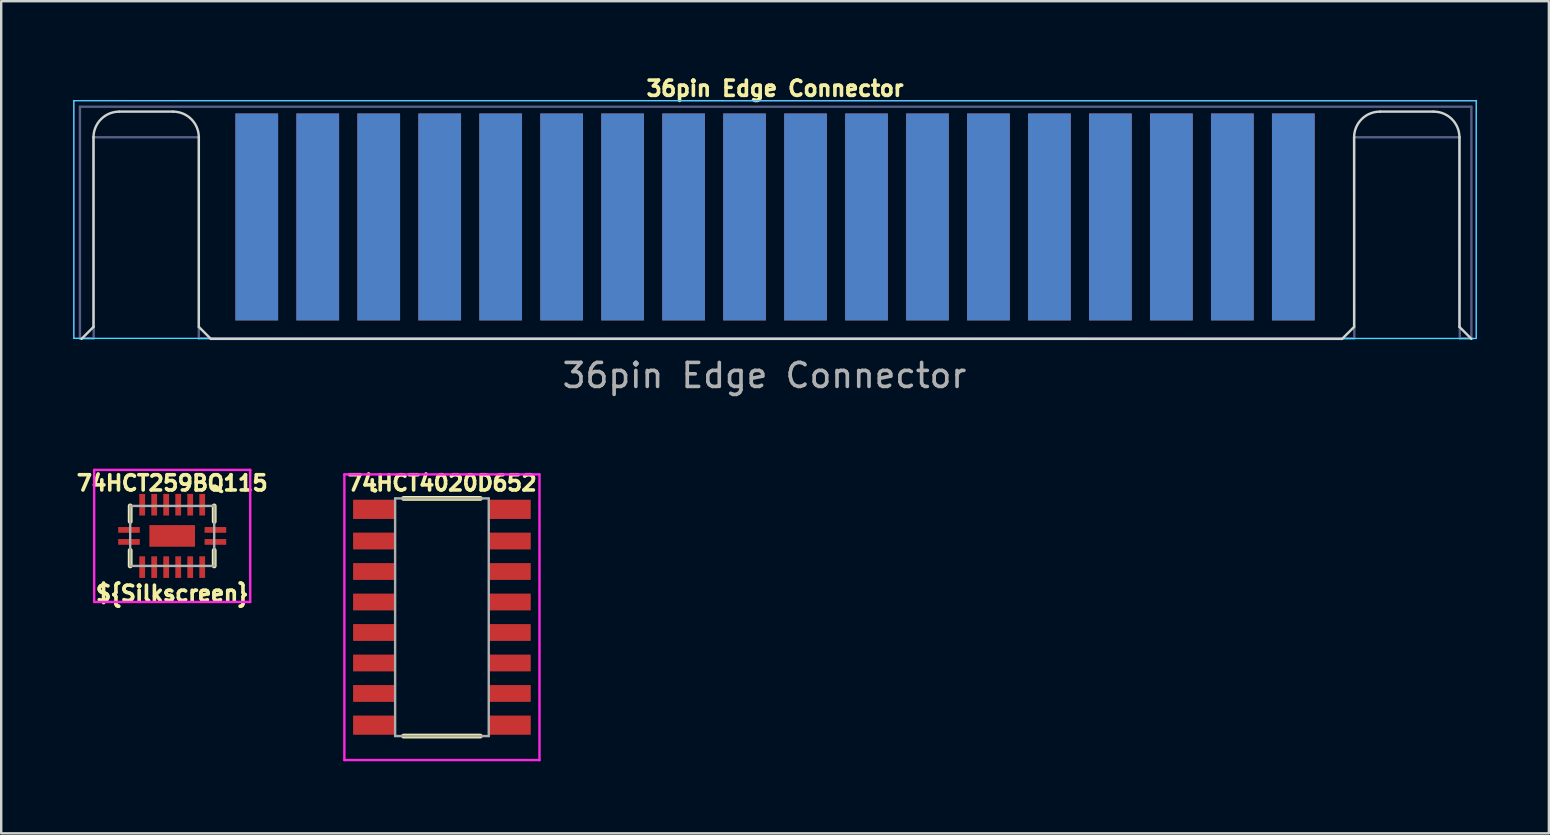
<source format=kicad_pcb>
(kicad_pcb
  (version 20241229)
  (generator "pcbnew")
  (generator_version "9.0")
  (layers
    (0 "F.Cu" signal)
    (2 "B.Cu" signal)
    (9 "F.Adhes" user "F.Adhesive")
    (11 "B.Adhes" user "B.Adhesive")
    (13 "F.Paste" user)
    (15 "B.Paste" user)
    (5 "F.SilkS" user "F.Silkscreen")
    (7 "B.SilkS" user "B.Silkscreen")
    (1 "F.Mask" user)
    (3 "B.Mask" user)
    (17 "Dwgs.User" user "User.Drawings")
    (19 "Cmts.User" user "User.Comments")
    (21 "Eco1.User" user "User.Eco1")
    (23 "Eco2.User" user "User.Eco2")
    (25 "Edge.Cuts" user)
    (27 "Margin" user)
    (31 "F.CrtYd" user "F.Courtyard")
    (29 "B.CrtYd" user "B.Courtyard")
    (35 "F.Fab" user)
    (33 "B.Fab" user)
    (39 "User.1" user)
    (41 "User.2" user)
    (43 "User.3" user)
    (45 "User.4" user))
  (footprint "74HCT259BQ115"
    (layer "F.Cu")
    (at 4.123 19.274)
    (property "Reference" "74HCT259BQ115" (at 0 -2.2 0) (layer "F.SilkS") (effects (font (size 0.635 0.635) (thickness 0.15))))
    (property "Silkscreen" "${Silkscreen}" (at 0 2.4 0) (layer "F.SilkS") (effects (font (size 0.635 0.635) (thickness 0.15))))
    (attr smd)
    (fp_line (start -1.75 -1.25) (end -1.75 -0.6) (stroke (width 0.2) (type solid)) (layer "F.SilkS"))
    (fp_line (start -1.75 0.6) (end -1.75 1.25) (stroke (width 0.2) (type solid)) (layer "F.SilkS"))
    (fp_line (start 1.75 -1.25) (end 1.75 -0.6) (stroke (width 0.2) (type solid)) (layer "F.SilkS"))
    (fp_line (start 1.75 0.6) (end 1.75 1.25) (stroke (width 0.2) (type solid)) (layer "F.SilkS"))
    (fp_line (start -3.25 -2.75) (end 3.25 -2.75) (stroke (width 0.1) (type solid)) (layer "F.CrtYd"))
    (fp_line (start -3.25 2.75) (end -3.25 -2.75) (stroke (width 0.1) (type solid)) (layer "F.CrtYd"))
    (fp_line (start 3.25 -2.75) (end 3.25 2.75) (stroke (width 0.1) (type solid)) (layer "F.CrtYd"))
    (fp_line (start 3.25 2.75) (end -3.25 2.75) (stroke (width 0.1) (type solid)) (layer "F.CrtYd"))
    (fp_line (start -1.75 -1.25) (end 1.75 -1.25) (stroke (width 0.1) (type solid)) (layer "F.Fab"))
    (fp_line (start -1.75 1.25) (end -1.75 -1.25) (stroke (width 0.1) (type solid)) (layer "F.Fab"))
    (fp_line (start 1.75 -1.25) (end 1.75 1.25) (stroke (width 0.1) (type solid)) (layer "F.Fab"))
    (fp_line (start 1.75 1.25) (end -1.75 1.25) (stroke (width 0.1) (type solid)) (layer "F.Fab"))
    (pad "1" smd rect (at -1.8 0.25 90) (size 0.24 0.9) (layers "F.Cu" "F.Mask" "F.Paste"))
    (pad "2" smd rect (at -1.25 1.3) (size 0.24 0.9) (layers "F.Cu" "F.Mask" "F.Paste"))
    (pad "3" smd rect (at -0.75 1.3) (size 0.24 0.9) (layers "F.Cu" "F.Mask" "F.Paste"))
    (pad "4" smd rect (at -0.25 1.3) (size 0.24 0.9) (layers "F.Cu" "F.Mask" "F.Paste"))
    (pad "5" smd rect (at 0.25 1.3) (size 0.24 0.9) (layers "F.Cu" "F.Mask" "F.Paste"))
    (pad "6" smd rect (at 0.75 1.3) (size 0.24 0.9) (layers "F.Cu" "F.Mask" "F.Paste"))
    (pad "7" smd rect (at 1.25 1.3) (size 0.24 0.9) (layers "F.Cu" "F.Mask" "F.Paste"))
    (pad "8" smd rect (at 1.8 0.25 90) (size 0.24 0.9) (layers "F.Cu" "F.Mask" "F.Paste"))
    (pad "9" smd rect (at 1.8 -0.25 90) (size 0.24 0.9) (layers "F.Cu" "F.Mask" "F.Paste"))
    (pad "10" smd rect (at 1.25 -1.3) (size 0.24 0.9) (layers "F.Cu" "F.Mask" "F.Paste"))
    (pad "11" smd rect (at 0.75 -1.3) (size 0.24 0.9) (layers "F.Cu" "F.Mask" "F.Paste"))
    (pad "12" smd rect (at 0.25 -1.3) (size 0.24 0.9) (layers "F.Cu" "F.Mask" "F.Paste"))
    (pad "13" smd rect (at -0.25 -1.3) (size 0.24 0.9) (layers "F.Cu" "F.Mask" "F.Paste"))
    (pad "14" smd rect (at -0.75 -1.3) (size 0.24 0.9) (layers "F.Cu" "F.Mask" "F.Paste"))
    (pad "15" smd rect (at -1.25 -1.3) (size 0.24 0.9) (layers "F.Cu" "F.Mask" "F.Paste"))
    (pad "16" smd rect (at -1.8 -0.25 90) (size 0.24 0.9) (layers "F.Cu" "F.Mask" "F.Paste"))
    (pad "17" smd rect (at 0 0 90) (size 0.9 1.9) (layers "F.Cu" "F.Mask" "F.Paste")))
  (footprint "36pin Edge Connector"
    (layer "F.Cu")
    (at 0.345 11.067)
    (property "Reference" "36pin Edge Connector" (at 28.89 -10.432 0) (layer "F.SilkS") (effects (font (size 0.635 0.635) (thickness 0.15))))
    (attr exclude_from_pos_files exclude_from_bom)
    (fp_line (start 0.5 -8.4) (end 0.5 -0.5) (stroke (width 0.1) (type solid)) (layer "Edge.Cuts"))
    (fp_line (start 0.5 -0.5) (end 0 0) (stroke (width 0.1) (type solid)) (layer "Edge.Cuts"))
    (fp_line (start 1.577 -9.467) (end 3.81 -9.467) (stroke (width 0.1) (type solid)) (layer "Edge.Cuts"))
    (fp_line (start 4.887 -8.4) (end 4.887 -0.5) (stroke (width 0.1) (type solid)) (layer "Edge.Cuts"))
    (fp_line (start 4.887 -0.5) (end 5.387 0) (stroke (width 0.1) (type solid)) (layer "Edge.Cuts"))
    (fp_line (start 52.512 0) (end 5.387 0) (stroke (width 0.1) (type solid)) (layer "Edge.Cuts"))
    (fp_line (start 53.012 -8.4) (end 53.012 -0.5) (stroke (width 0.1) (type solid)) (layer "Edge.Cuts"))
    (fp_line (start 53.012 -0.5) (end 52.512 0) (stroke (width 0.1) (type solid)) (layer "Edge.Cuts"))
    (fp_line (start 54.089 -9.467) (end 56.322 -9.467) (stroke (width 0.1) (type solid)) (layer "Edge.Cuts"))
    (fp_line (start 57.399 -8.4) (end 57.399 -0.5) (stroke (width 0.1) (type solid)) (layer "Edge.Cuts"))
    (fp_line (start 57.399 -0.5) (end 57.899 0) (stroke (width 0.1) (type solid)) (layer "Edge.Cuts"))
    (fp_arc (start 0.5 -8.4) (mid 0.817585 -9.156461) (end 1.577048 -9.466799) (stroke (width 0.1) (type solid)) (layer "Edge.Cuts"))
    (fp_arc (start 3.81 -9.466799) (mid 4.569467 -9.156465) (end 4.887048 -8.4) (stroke (width 0.1) (type solid)) (layer "Edge.Cuts"))
    (fp_arc (start 53.012048 -8.4) (mid 53.329631 -9.156464) (end 54.089096 -9.466799) (stroke (width 0.1) (type solid)) (layer "Edge.Cuts"))
    (fp_arc (start 56.322048 -9.466799) (mid 57.081513 -9.156464) (end 57.399096 -8.4) (stroke (width 0.1) (type solid)) (layer "Edge.Cuts"))
    (fp_line (start -0.32 -0.022) (end -0.32 -9.924) (stroke (width 0.05) (type solid)) (layer "B.CrtYd"))
    (fp_line (start -0.32 -0.022) (end 58.1 -0.018) (stroke (width 0.05) (type solid)) (layer "B.CrtYd"))
    (fp_line (start 58.1 -9.92) (end -0.32 -9.924) (stroke (width 0.05) (type solid)) (layer "B.CrtYd"))
    (fp_line (start 58.1 -9.92) (end 58.1 -0.018) (stroke (width 0.05) (type solid)) (layer "B.CrtYd"))
    (fp_line (start -0.32 -0.022) (end -0.32 -9.924) (stroke (width 0.05) (type solid)) (layer "F.CrtYd"))
    (fp_line (start -0.32 -0.022) (end 58.1 -0.018) (stroke (width 0.05) (type solid)) (layer "F.CrtYd"))
    (fp_line (start 58.1 -9.92) (end -0.32 -9.924) (stroke (width 0.05) (type solid)) (layer "F.CrtYd"))
    (fp_line (start 58.1 -9.92) (end 58.1 -0.018) (stroke (width 0.05) (type solid)) (layer "F.CrtYd"))
    (fp_line (start -0.066 -0.018) (end -0.066 -9.67) (stroke (width 0.1) (type solid)) (layer "B.Fab"))
    (fp_line (start -0.066 -0.018) (end 0.508 -0.018) (stroke (width 0.1) (type solid)) (layer "B.Fab"))
    (fp_line (start 0.5 -8.4) (end 4.895 -8.4) (stroke (width 0.1) (type solid)) (layer "B.Fab"))
    (fp_line (start 0.508 -0.018) (end 0.5 -8.4) (stroke (width 0.1) (type solid)) (layer "B.Fab"))
    (fp_line (start 4.887 -8.4) (end 4.887 -0.018) (stroke (width 0.1) (type solid)) (layer "B.Fab"))
    (fp_line (start 4.887 -0.018) (end 53.02 -0.018) (stroke (width 0.1) (type solid)) (layer "B.Fab"))
    (fp_line (start 53.012 -8.4) (end 57.407 -8.4) (stroke (width 0.1) (type solid)) (layer "B.Fab"))
    (fp_line (start 53.02 -0.018) (end 53.012 -8.4) (stroke (width 0.1) (type solid)) (layer "B.Fab"))
    (fp_line (start 57.415 -0.018) (end 57.407 -8.4) (stroke (width 0.1) (type solid)) (layer "B.Fab"))
    (fp_line (start 57.415 -0.018) (end 57.897 -0.018) (stroke (width 0.1) (type solid)) (layer "B.Fab"))
    (fp_line (start 57.897 -9.67) (end -0.066 -9.67) (stroke (width 0.1) (type solid)) (layer "B.Fab"))
    (fp_line (start 57.897 -0.018) (end 57.897 -9.67) (stroke (width 0.1) (type solid)) (layer "B.Fab"))
    (fp_text user "${REFERENCE}" (at 28.448 1.524 0) (layer "F.Fab") (effects (font (size 1 1) (thickness 0.15))))
    (pad "1" connect rect (at 7.3 -5.08) (size 1.78 8.62) (layers "F.Cu" "F.Mask"))
    (pad "2" connect rect (at 7.3 -5.08) (size 1.78 8.62) (layers "B.Cu" "B.Mask"))
    (pad "3" connect rect (at 9.84 -5.08) (size 1.78 8.62) (layers "F.Cu" "F.Mask"))
    (pad "4" connect rect (at 9.84 -5.08) (size 1.78 8.62) (layers "B.Cu" "B.Mask"))
    (pad "5" connect rect (at 12.38 -5.08) (size 1.78 8.62) (layers "F.Cu" "F.Mask"))
    (pad "6" connect rect (at 12.38 -5.08) (size 1.78 8.62) (layers "B.Cu" "B.Mask"))
    (pad "7" connect rect (at 14.92 -5.08) (size 1.78 8.62) (layers "F.Cu" "F.Mask"))
    (pad "8" connect rect (at 14.92 -5.08) (size 1.78 8.62) (layers "B.Cu" "B.Mask"))
    (pad "9" connect rect (at 17.46 -5.08) (size 1.78 8.62) (layers "F.Cu" "F.Mask"))
    (pad "10" connect rect (at 17.46 -5.08) (size 1.78 8.62) (layers "B.Cu" "B.Mask"))
    (pad "11" connect rect (at 20 -5.08) (size 1.78 8.62) (layers "F.Cu" "F.Mask"))
    (pad "12" connect rect (at 20 -5.08) (size 1.78 8.62) (layers "B.Cu" "B.Mask"))
    (pad "13" connect rect (at 22.54 -5.08) (size 1.78 8.62) (layers "F.Cu" "F.Mask"))
    (pad "14" connect rect (at 22.54 -5.08) (size 1.78 8.62) (layers "B.Cu" "B.Mask"))
    (pad "15" connect rect (at 25.08 -5.08) (size 1.78 8.62) (layers "F.Cu" "F.Mask"))
    (pad "16" connect rect (at 25.08 -5.08) (size 1.78 8.62) (layers "B.Cu" "B.Mask"))
    (pad "17" connect rect (at 27.62 -5.08) (size 1.78 8.62) (layers "F.Cu" "F.Mask"))
    (pad "18" connect rect (at 27.62 -5.08) (size 1.78 8.62) (layers "B.Cu" "B.Mask"))
    (pad "19" connect rect (at 30.16 -5.08) (size 1.78 8.62) (layers "F.Cu" "F.Mask"))
    (pad "20" connect rect (at 30.16 -5.08) (size 1.78 8.62) (layers "B.Cu" "B.Mask"))
    (pad "21" connect rect (at 32.7 -5.08) (size 1.78 8.62) (layers "F.Cu" "F.Mask"))
    (pad "22" connect rect (at 32.7 -5.08) (size 1.78 8.62) (layers "B.Cu" "B.Mask"))
    (pad "23" connect rect (at 35.24 -5.08) (size 1.78 8.62) (layers "F.Cu" "F.Mask"))
    (pad "24" connect rect (at 35.24 -5.08) (size 1.78 8.62) (layers "B.Cu" "B.Mask"))
    (pad "25" connect rect (at 37.78 -5.08) (size 1.78 8.62) (layers "F.Cu" "F.Mask"))
    (pad "26" connect rect (at 37.78 -5.08) (size 1.78 8.62) (layers "B.Cu" "B.Mask"))
    (pad "27" connect rect (at 40.32 -5.08) (size 1.78 8.62) (layers "F.Cu" "F.Mask"))
    (pad "28" connect rect (at 40.32 -5.08) (size 1.78 8.62) (layers "B.Cu" "B.Mask"))
    (pad "29" connect rect (at 42.86 -5.08) (size 1.78 8.62) (layers "F.Cu" "F.Mask"))
    (pad "30" connect rect (at 42.86 -5.08) (size 1.78 8.62) (layers "B.Cu" "B.Mask"))
    (pad "31" connect rect (at 45.4 -5.08) (size 1.78 8.62) (layers "F.Cu" "F.Mask"))
    (pad "32" connect rect (at 45.4 -5.08) (size 1.78 8.62) (layers "B.Cu" "B.Mask"))
    (pad "33" connect rect (at 47.94 -5.08) (size 1.78 8.62) (layers "F.Cu" "F.Mask"))
    (pad "34" connect rect (at 47.94 -5.08) (size 1.78 8.62) (layers "B.Cu" "B.Mask"))
    (pad "35" connect rect (at 50.48 -5.08) (size 1.78 8.62) (layers "F.Cu" "F.Mask"))
    (pad "36" connect rect (at 50.48 -5.08) (size 1.78 8.62) (layers "B.Cu" "B.Mask"))
    (zone (net_name "") (layers "F.Cu" "B.Cu") (hatch edge 0.5) (connect_pads) (min_thickness 0.25) (filled_areas_thickness no) (keepout (tracks not_allowed) (vias not_allowed) (pads not_allowed) (copperpour allowed) (footprints allowed)) (placement (enabled no)) (fill) (polygon (pts (xy 0.345 11.067) (xy 0.345 1.669) (xy 6.441 1.669) (xy 6.441 10.432) (xy 51.907 10.432) (xy 51.907 1.669) (xy 58.257 1.669) (xy 58.257 11.067)))))
  (footprint "74HCT4020D652"
    (layer "F.Cu")
    (at 15.359 22.662)
    (property "Reference" "74HCT4020D652" (at 0 -5.588 0) (layer "F.SilkS") (effects (font (size 0.635 0.635) (thickness 0.15))))
    (attr smd)
    (fp_line (start -2.844 -5.284) (end -2.844 -5.284) (stroke (width 0.1) (type solid)) (layer "F.SilkS"))
    (fp_line (start -2.744 -5.284) (end -2.744 -5.284) (stroke (width 0.1) (type solid)) (layer "F.SilkS"))
    (fp_line (start 1.6 -4.95) (end -1.6 -4.95) (stroke (width 0.2) (type solid)) (layer "F.SilkS"))
    (fp_line (start 1.6 4.95) (end -1.6 4.95) (stroke (width 0.2) (type solid)) (layer "F.SilkS"))
    (fp_arc (start -2.844 -5.284) (mid -2.794 -5.334) (end -2.744 -5.284) (stroke (width 0.1) (type solid)) (layer "F.SilkS"))
    (fp_arc (start -2.744 -5.284) (mid -2.794 -5.234) (end -2.844 -5.284) (stroke (width 0.1) (type solid)) (layer "F.SilkS"))
    (fp_line (start -4.064 -5.95) (end 4.064 -5.95) (stroke (width 0.1) (type solid)) (layer "F.CrtYd"))
    (fp_line (start -4.064 5.95) (end -4.064 -5.95) (stroke (width 0.1) (type solid)) (layer "F.CrtYd"))
    (fp_line (start 4.064 -5.95) (end 4.064 5.95) (stroke (width 0.1) (type solid)) (layer "F.CrtYd"))
    (fp_line (start 4.064 5.95) (end -4.064 5.95) (stroke (width 0.1) (type solid)) (layer "F.CrtYd"))
    (fp_line (start -1.95 -4.95) (end 1.95 -4.95) (stroke (width 0.1) (type solid)) (layer "F.Fab"))
    (fp_line (start -1.95 4.95) (end -1.95 -4.95) (stroke (width 0.1) (type solid)) (layer "F.Fab"))
    (fp_line (start 1.95 -4.95) (end 1.95 4.95) (stroke (width 0.1) (type solid)) (layer "F.Fab"))
    (fp_line (start 1.95 4.95) (end -1.95 4.95) (stroke (width 0.1) (type solid)) (layer "F.Fab"))
    (pad "1" smd rect (at -2.825 -4.495 270) (size 0.8 1.75) (layers "F.Cu" "F.Mask" "F.Paste"))
    (pad "2" smd rect (at -2.825 -3.175 270) (size 0.7 1.75) (layers "F.Cu" "F.Mask" "F.Paste"))
    (pad "3" smd rect (at -2.825 -1.905 270) (size 0.7 1.75) (layers "F.Cu" "F.Mask" "F.Paste"))
    (pad "4" smd rect (at -2.825 -0.635 270) (size 0.7 1.75) (layers "F.Cu" "F.Mask" "F.Paste"))
    (pad "5" smd rect (at -2.825 0.635 270) (size 0.7 1.75) (layers "F.Cu" "F.Mask" "F.Paste"))
    (pad "6" smd rect (at -2.825 1.905 270) (size 0.7 1.75) (layers "F.Cu" "F.Mask" "F.Paste"))
    (pad "7" smd rect (at -2.825 3.175 270) (size 0.7 1.75) (layers "F.Cu" "F.Mask" "F.Paste"))
    (pad "8" smd rect (at -2.825 4.495 270) (size 0.8 1.75) (layers "F.Cu" "F.Mask" "F.Paste"))
    (pad "9" smd rect (at 2.825 4.495 270) (size 0.8 1.75) (layers "F.Cu" "F.Mask" "F.Paste"))
    (pad "10" smd rect (at 2.825 3.175 270) (size 0.7 1.75) (layers "F.Cu" "F.Mask" "F.Paste"))
    (pad "11" smd rect (at 2.825 1.905 270) (size 0.7 1.75) (layers "F.Cu" "F.Mask" "F.Paste"))
    (pad "12" smd rect (at 2.825 0.635 270) (size 0.7 1.75) (layers "F.Cu" "F.Mask" "F.Paste"))
    (pad "13" smd rect (at 2.825 -0.635 270) (size 0.7 1.75) (layers "F.Cu" "F.Mask" "F.Paste"))
    (pad "14" smd rect (at 2.825 -1.905 270) (size 0.7 1.75) (layers "F.Cu" "F.Mask" "F.Paste"))
    (pad "15" smd rect (at 2.825 -3.175 270) (size 0.7 1.75) (layers "F.Cu" "F.Mask" "F.Paste"))
    (pad "16" smd rect (at 2.825 -4.495 270) (size 0.8 1.75) (layers "F.Cu" "F.Mask" "F.Paste")))
  (gr_rect
    (start -3 -3)
    (end 61.47 31.662)
    (stroke (width 0.1) (type default))
    (fill no)
    (layer "Edge.Cuts")))
</source>
